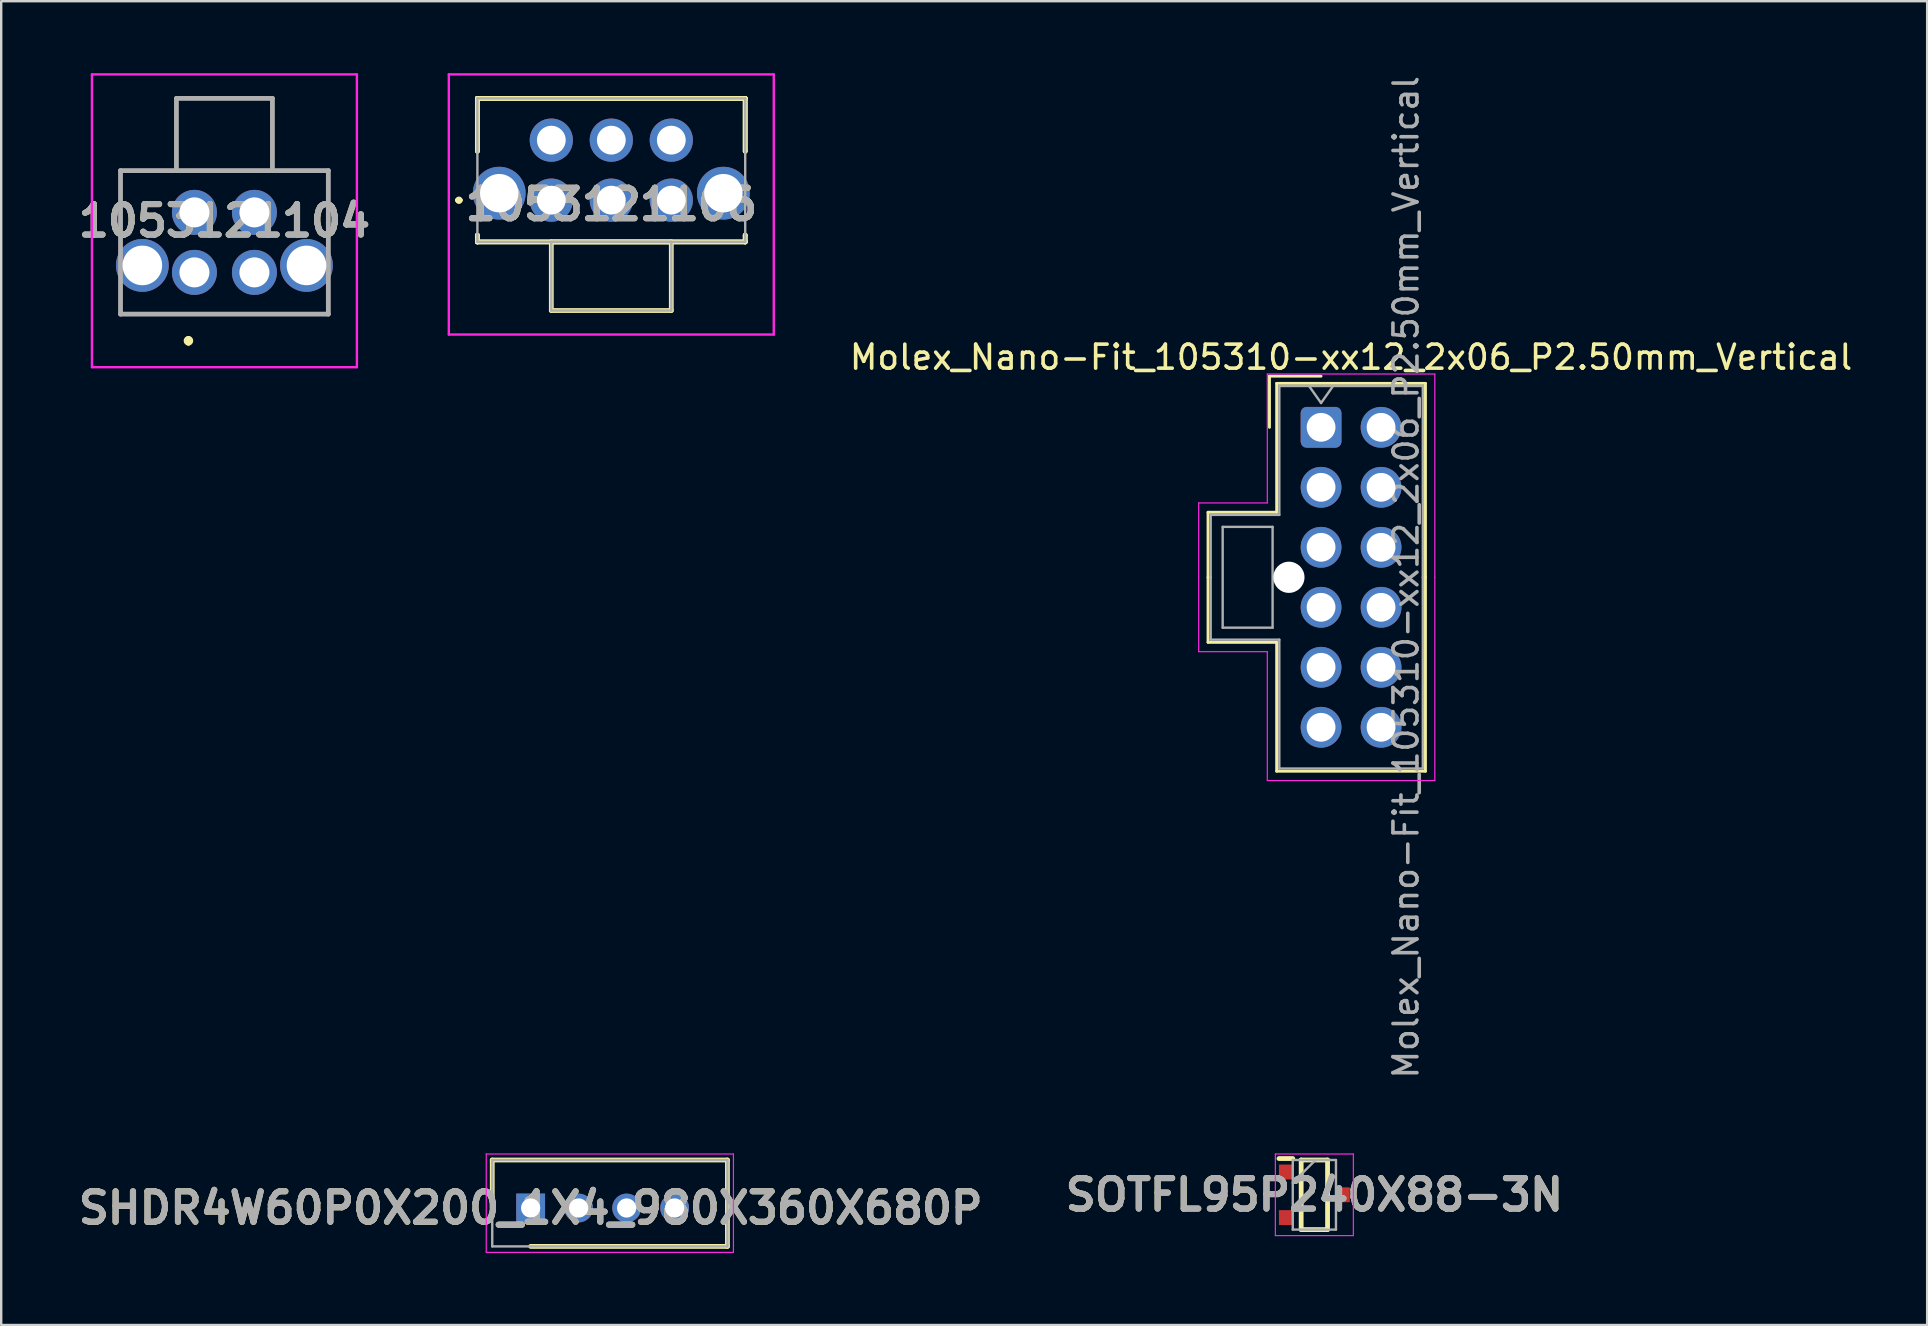
<source format=kicad_pcb>
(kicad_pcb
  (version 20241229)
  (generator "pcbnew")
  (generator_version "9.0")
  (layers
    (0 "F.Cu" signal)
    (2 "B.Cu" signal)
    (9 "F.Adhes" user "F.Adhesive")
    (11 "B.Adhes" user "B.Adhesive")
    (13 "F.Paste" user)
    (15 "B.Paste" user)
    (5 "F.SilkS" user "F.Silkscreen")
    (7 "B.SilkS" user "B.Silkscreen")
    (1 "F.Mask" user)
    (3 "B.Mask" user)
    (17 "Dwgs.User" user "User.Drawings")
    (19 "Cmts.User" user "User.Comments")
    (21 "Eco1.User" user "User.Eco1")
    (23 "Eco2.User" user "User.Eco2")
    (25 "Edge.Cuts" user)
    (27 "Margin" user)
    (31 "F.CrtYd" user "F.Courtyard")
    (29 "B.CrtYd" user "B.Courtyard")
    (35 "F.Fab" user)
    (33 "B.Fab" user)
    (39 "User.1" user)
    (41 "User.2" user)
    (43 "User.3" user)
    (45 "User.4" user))
  (footprint "SOTFL95P240X88-3N"
    (layer "F.Cu")
    (at 51.72 46.737)
    (property "Reference" "SOTFL95P240X88-3N" (at 0 0 0) (layer "F.SilkS") (effects (font (size 1.27 1.27) (thickness 0.254))))
    (attr smd)
    (fp_line (start -1.475 -1.51) (end -0.9 -1.51) (stroke (width 0.2) (type solid)) (layer "F.SilkS"))
    (fp_line (start -0.55 -1.45) (end 0.55 -1.45) (stroke (width 0.2) (type solid)) (layer "F.SilkS"))
    (fp_line (start -0.55 1.45) (end -0.55 -1.45) (stroke (width 0.2) (type solid)) (layer "F.SilkS"))
    (fp_line (start 0.55 -1.45) (end 0.55 1.45) (stroke (width 0.2) (type solid)) (layer "F.SilkS"))
    (fp_line (start 0.55 1.45) (end -0.55 1.45) (stroke (width 0.2) (type solid)) (layer "F.SilkS"))
    (fp_line (start -1.625 -1.7) (end 1.625 -1.7) (stroke (width 0.05) (type solid)) (layer "F.CrtYd"))
    (fp_line (start -1.625 1.7) (end -1.625 -1.7) (stroke (width 0.05) (type solid)) (layer "F.CrtYd"))
    (fp_line (start 1.625 -1.7) (end 1.625 1.7) (stroke (width 0.05) (type solid)) (layer "F.CrtYd"))
    (fp_line (start 1.625 1.7) (end -1.625 1.7) (stroke (width 0.05) (type solid)) (layer "F.CrtYd"))
    (fp_line (start -0.9 -1.45) (end 0.9 -1.45) (stroke (width 0.1) (type solid)) (layer "F.Fab"))
    (fp_line (start -0.9 -0.5) (end 0.05 -1.45) (stroke (width 0.1) (type solid)) (layer "F.Fab"))
    (fp_line (start -0.9 1.45) (end -0.9 -1.45) (stroke (width 0.1) (type solid)) (layer "F.Fab"))
    (fp_line (start 0.9 -1.45) (end 0.9 1.45) (stroke (width 0.1) (type solid)) (layer "F.Fab"))
    (fp_line (start 0.9 1.45) (end -0.9 1.45) (stroke (width 0.1) (type solid)) (layer "F.Fab"))
    (fp_text user "${REFERENCE}" (at 0 0 0) (layer "F.Fab") (effects (font (size 1.27 1.27) (thickness 0.254))))
    (pad "1" smd rect (at -1.188 -0.95) (size 0.575 0.62) (layers "F.Cu" "F.Mask" "F.Paste"))
    (pad "2" smd rect (at -1.188 0.95) (size 0.575 0.62) (layers "F.Cu" "F.Mask" "F.Paste"))
    (pad "3" smd rect (at 1.188 0) (size 0.575 0.62) (layers "F.Cu" "F.Mask" "F.Paste")))
  (footprint "Molex_Nano-Fit_105310-xx12_2x06_P2.50mm_Vertical"
    (layer "F.Cu")
    (at 51.999 14.756)
    (property "Reference" "Molex_Nano-Fit_105310-xx12_2x06_P2.50mm_Vertical" (at 1.25 -2.92 0) (layer "F.SilkS") (effects (font (size 1 1) (thickness 0.15))))
    (attr through_hole)
    (fp_line (start -4.71 3.54) (end -4.71 6.25) (stroke (width 0.12) (type solid)) (layer "F.SilkS"))
    (fp_line (start -4.71 8.96) (end -4.71 6.25) (stroke (width 0.12) (type solid)) (layer "F.SilkS"))
    (fp_line (start -2.15 -2.13) (end -2.15 0) (stroke (width 0.12) (type solid)) (layer "F.SilkS"))
    (fp_line (start -1.85 -1.83) (end -1.85 3.54) (stroke (width 0.12) (type solid)) (layer "F.SilkS"))
    (fp_line (start -1.85 3.54) (end -4.71 3.54) (stroke (width 0.12) (type solid)) (layer "F.SilkS"))
    (fp_line (start -1.85 8.96) (end -4.71 8.96) (stroke (width 0.12) (type solid)) (layer "F.SilkS"))
    (fp_line (start -1.85 14.33) (end -1.85 8.96) (stroke (width 0.12) (type solid)) (layer "F.SilkS"))
    (fp_line (start 0 -2.13) (end -2.15 -2.13) (stroke (width 0.12) (type solid)) (layer "F.SilkS"))
    (fp_line (start 4.35 -1.83) (end -1.85 -1.83) (stroke (width 0.12) (type solid)) (layer "F.SilkS"))
    (fp_line (start 4.35 6.25) (end 4.35 -1.83) (stroke (width 0.12) (type solid)) (layer "F.SilkS"))
    (fp_line (start 4.35 6.25) (end 4.35 14.33) (stroke (width 0.12) (type solid)) (layer "F.SilkS"))
    (fp_line (start 4.35 14.33) (end -1.85 14.33) (stroke (width 0.12) (type solid)) (layer "F.SilkS"))
    (fp_line (start -5.1 3.15) (end -5.1 6.25) (stroke (width 0.05) (type solid)) (layer "F.CrtYd"))
    (fp_line (start -5.1 9.35) (end -5.1 6.25) (stroke (width 0.05) (type solid)) (layer "F.CrtYd"))
    (fp_line (start -2.24 -2.22) (end -2.24 3.15) (stroke (width 0.05) (type solid)) (layer "F.CrtYd"))
    (fp_line (start -2.24 3.15) (end -5.1 3.15) (stroke (width 0.05) (type solid)) (layer "F.CrtYd"))
    (fp_line (start -2.24 9.35) (end -5.1 9.35) (stroke (width 0.05) (type solid)) (layer "F.CrtYd"))
    (fp_line (start -2.24 14.72) (end -2.24 9.35) (stroke (width 0.05) (type solid)) (layer "F.CrtYd"))
    (fp_line (start 4.74 -2.22) (end -2.24 -2.22) (stroke (width 0.05) (type solid)) (layer "F.CrtYd"))
    (fp_line (start 4.74 6.25) (end 4.74 -2.22) (stroke (width 0.05) (type solid)) (layer "F.CrtYd"))
    (fp_line (start 4.74 6.25) (end 4.74 14.72) (stroke (width 0.05) (type solid)) (layer "F.CrtYd"))
    (fp_line (start 4.74 14.72) (end -2.24 14.72) (stroke (width 0.05) (type solid)) (layer "F.CrtYd"))
    (fp_line (start -4.6 3.65) (end -4.6 6.25) (stroke (width 0.1) (type solid)) (layer "F.Fab"))
    (fp_line (start -4.6 8.85) (end -4.6 6.25) (stroke (width 0.1) (type solid)) (layer "F.Fab"))
    (fp_line (start -4.1 4.15) (end -4.1 8.35) (stroke (width 0.1) (type solid)) (layer "F.Fab"))
    (fp_line (start -4.1 8.35) (end -2.02 8.35) (stroke (width 0.1) (type solid)) (layer "F.Fab"))
    (fp_line (start -2.02 4.15) (end -4.1 4.15) (stroke (width 0.1) (type solid)) (layer "F.Fab"))
    (fp_line (start -2.02 8.35) (end -2.02 4.15) (stroke (width 0.1) (type solid)) (layer "F.Fab"))
    (fp_line (start -1.74 -1.72) (end -1.74 3.65) (stroke (width 0.1) (type solid)) (layer "F.Fab"))
    (fp_line (start -1.74 3.65) (end -4.6 3.65) (stroke (width 0.1) (type solid)) (layer "F.Fab"))
    (fp_line (start -1.74 8.85) (end -4.6 8.85) (stroke (width 0.1) (type solid)) (layer "F.Fab"))
    (fp_line (start -1.74 14.22) (end -1.74 8.85) (stroke (width 0.1) (type solid)) (layer "F.Fab"))
    (fp_line (start -0.5 -1.72) (end 0 -1.013) (stroke (width 0.1) (type solid)) (layer "F.Fab"))
    (fp_line (start 0 -1.013) (end 0.5 -1.72) (stroke (width 0.1) (type solid)) (layer "F.Fab"))
    (fp_line (start 4.24 -1.72) (end -1.74 -1.72) (stroke (width 0.1) (type solid)) (layer "F.Fab"))
    (fp_line (start 4.24 6.25) (end 4.24 -1.72) (stroke (width 0.1) (type solid)) (layer "F.Fab"))
    (fp_line (start 4.24 6.25) (end 4.24 14.22) (stroke (width 0.1) (type solid)) (layer "F.Fab"))
    (fp_line (start 4.24 14.22) (end -1.74 14.22) (stroke (width 0.1) (type solid)) (layer "F.Fab"))
    (fp_text user "${REFERENCE}" (at 3.54 6.25 90) (layer "F.Fab") (effects (font (size 1 1) (thickness 0.15))))
    (pad "" np_thru_hole circle (at -1.34 6.25) (size 1.3 1.3) (drill 1.3) (layers "*.Cu" "*.Mask"))
    (pad "1" thru_hole roundrect (at 0 0) (size 1.7 1.7) (drill 1.2) (layers "*.Cu" "*.Mask") (roundrect_rratio 0.147))
    (pad "2" thru_hole circle (at 0 2.5) (size 1.7 1.7) (drill 1.2) (layers "*.Cu" "*.Mask"))
    (pad "3" thru_hole circle (at 0 5) (size 1.7 1.7) (drill 1.2) (layers "*.Cu" "*.Mask"))
    (pad "4" thru_hole circle (at 0 7.5) (size 1.7 1.7) (drill 1.2) (layers "*.Cu" "*.Mask"))
    (pad "5" thru_hole circle (at 0 10) (size 1.7 1.7) (drill 1.2) (layers "*.Cu" "*.Mask"))
    (pad "6" thru_hole circle (at 0 12.5) (size 1.7 1.7) (drill 1.2) (layers "*.Cu" "*.Mask"))
    (pad "7" thru_hole circle (at 2.5 0) (size 1.7 1.7) (drill 1.2) (layers "*.Cu" "*.Mask"))
    (pad "8" thru_hole circle (at 2.5 2.5) (size 1.7 1.7) (drill 1.2) (layers "*.Cu" "*.Mask"))
    (pad "9" thru_hole circle (at 2.5 5) (size 1.7 1.7) (drill 1.2) (layers "*.Cu" "*.Mask"))
    (pad "10" thru_hole circle (at 2.5 7.5) (size 1.7 1.7) (drill 1.2) (layers "*.Cu" "*.Mask"))
    (pad "11" thru_hole circle (at 2.5 10) (size 1.7 1.7) (drill 1.2) (layers "*.Cu" "*.Mask"))
    (pad "12" thru_hole circle (at 2.5 12.5) (size 1.7 1.7) (drill 1.2) (layers "*.Cu" "*.Mask")))
  (footprint "1053121106"
    (layer "F.Cu")
    (at 19.923 5.29)
    (property "Reference" "1053121106" (at 2.5 0.18 0) (layer "F.SilkS") (effects (font (size 1.27 1.27) (thickness 0.254))))
    (attr through_hole)
    (fp_line (start -3.9 0) (end -3.9 0) (stroke (width 0.2) (type solid)) (layer "F.SilkS"))
    (fp_line (start -3.9 0) (end -3.9 0) (stroke (width 0.2) (type solid)) (layer "F.SilkS"))
    (fp_line (start -3.8 0) (end -3.8 0) (stroke (width 0.2) (type solid)) (layer "F.SilkS"))
    (fp_line (start -3.08 -4.24) (end -3.08 -4.24) (stroke (width 0.2) (type solid)) (layer "F.SilkS"))
    (fp_line (start -3.08 -4.24) (end -3.08 -4.24) (stroke (width 0.2) (type solid)) (layer "F.SilkS"))
    (fp_line (start -3.08 -4.24) (end -3.08 -2.04) (stroke (width 0.2) (type solid)) (layer "F.SilkS"))
    (fp_line (start -3.08 -4.24) (end 8.08 -4.24) (stroke (width 0.2) (type solid)) (layer "F.SilkS"))
    (fp_line (start -3.08 -2.04) (end -3.08 -4.24) (stroke (width 0.2) (type solid)) (layer "F.SilkS"))
    (fp_line (start -3.08 -2.04) (end -3.08 -2.04) (stroke (width 0.2) (type solid)) (layer "F.SilkS"))
    (fp_line (start -3.08 1.46) (end -3.08 1.46) (stroke (width 0.2) (type solid)) (layer "F.SilkS"))
    (fp_line (start -3.08 1.46) (end -3.08 1.74) (stroke (width 0.2) (type solid)) (layer "F.SilkS"))
    (fp_line (start -3.08 1.74) (end -3.08 1.46) (stroke (width 0.2) (type solid)) (layer "F.SilkS"))
    (fp_line (start -3.08 1.74) (end -3.08 1.74) (stroke (width 0.2) (type solid)) (layer "F.SilkS"))
    (fp_line (start -3.08 1.74) (end -3.08 1.74) (stroke (width 0.2) (type solid)) (layer "F.SilkS"))
    (fp_line (start -3.08 1.74) (end 8.08 1.74) (stroke (width 0.2) (type solid)) (layer "F.SilkS"))
    (fp_line (start 0 1.74) (end 5 1.74) (stroke (width 0.2) (type solid)) (layer "F.SilkS"))
    (fp_line (start 0 4.6) (end 0 1.74) (stroke (width 0.2) (type solid)) (layer "F.SilkS"))
    (fp_line (start 5 1.74) (end 5 4.6) (stroke (width 0.2) (type solid)) (layer "F.SilkS"))
    (fp_line (start 5 4.6) (end 0 4.6) (stroke (width 0.2) (type solid)) (layer "F.SilkS"))
    (fp_line (start 8.08 -4.24) (end -3.08 -4.24) (stroke (width 0.2) (type solid)) (layer "F.SilkS"))
    (fp_line (start 8.08 -4.24) (end 8.08 -4.24) (stroke (width 0.2) (type solid)) (layer "F.SilkS"))
    (fp_line (start 8.08 -4.24) (end 8.08 -4.24) (stroke (width 0.2) (type solid)) (layer "F.SilkS"))
    (fp_line (start 8.08 -4.24) (end 8.08 -2.04) (stroke (width 0.2) (type solid)) (layer "F.SilkS"))
    (fp_line (start 8.08 -2.04) (end 8.08 -4.24) (stroke (width 0.2) (type solid)) (layer "F.SilkS"))
    (fp_line (start 8.08 -2.04) (end 8.08 -2.04) (stroke (width 0.2) (type solid)) (layer "F.SilkS"))
    (fp_line (start 8.08 1.46) (end 8.08 1.46) (stroke (width 0.2) (type solid)) (layer "F.SilkS"))
    (fp_line (start 8.08 1.46) (end 8.08 1.74) (stroke (width 0.2) (type solid)) (layer "F.SilkS"))
    (fp_line (start 8.08 1.74) (end -3.08 1.74) (stroke (width 0.2) (type solid)) (layer "F.SilkS"))
    (fp_line (start 8.08 1.74) (end 8.08 1.46) (stroke (width 0.2) (type solid)) (layer "F.SilkS"))
    (fp_line (start 8.08 1.74) (end 8.08 1.74) (stroke (width 0.2) (type solid)) (layer "F.SilkS"))
    (fp_line (start 8.08 1.74) (end 8.08 1.74) (stroke (width 0.2) (type solid)) (layer "F.SilkS"))
    (fp_arc (start -3.9 0) (mid -3.85 -0.05) (end -3.8 0) (stroke (width 0.2) (type solid)) (layer "F.SilkS"))
    (fp_arc (start -3.8 0) (mid -3.85 0.05) (end -3.9 0) (stroke (width 0.2) (type solid)) (layer "F.SilkS"))
    (fp_arc (start -3.8 0) (mid -3.85 0.05) (end -3.9 0) (stroke (width 0.2) (type solid)) (layer "F.SilkS"))
    (fp_line (start -4.27 -5.24) (end 9.27 -5.24) (stroke (width 0.1) (type solid)) (layer "F.CrtYd"))
    (fp_line (start -4.27 5.6) (end -4.27 -5.24) (stroke (width 0.1) (type solid)) (layer "F.CrtYd"))
    (fp_line (start 9.27 -5.24) (end 9.27 5.6) (stroke (width 0.1) (type solid)) (layer "F.CrtYd"))
    (fp_line (start 9.27 5.6) (end -4.27 5.6) (stroke (width 0.1) (type solid)) (layer "F.CrtYd"))
    (fp_line (start -3.08 -4.24) (end -3.08 1.74) (stroke (width 0.1) (type solid)) (layer "F.Fab"))
    (fp_line (start -3.08 1.74) (end 8.08 1.74) (stroke (width 0.1) (type solid)) (layer "F.Fab"))
    (fp_line (start 0 1.74) (end 5 1.74) (stroke (width 0.1) (type solid)) (layer "F.Fab"))
    (fp_line (start 0 4.6) (end 0 1.74) (stroke (width 0.1) (type solid)) (layer "F.Fab"))
    (fp_line (start 5 1.74) (end 5 4.6) (stroke (width 0.1) (type solid)) (layer "F.Fab"))
    (fp_line (start 5 4.6) (end 0 4.6) (stroke (width 0.1) (type solid)) (layer "F.Fab"))
    (fp_line (start 8.08 -4.24) (end -3.08 -4.24) (stroke (width 0.1) (type solid)) (layer "F.Fab"))
    (fp_line (start 8.08 1.74) (end 8.08 -4.24) (stroke (width 0.1) (type solid)) (layer "F.Fab"))
    (fp_text user "${REFERENCE}" (at 2.5 0.18 0) (layer "F.Fab") (effects (font (size 1.27 1.27) (thickness 0.254))))
    (pad "1" thru_hole circle (at 0 0) (size 1.8 1.8) (drill 1.2) (layers "*.Cu" "*.Mask"))
    (pad "2" thru_hole circle (at 2.5 0) (size 1.8 1.8) (drill 1.2) (layers "*.Cu" "*.Mask"))
    (pad "3" thru_hole circle (at 5 0) (size 1.8 1.8) (drill 1.2) (layers "*.Cu" "*.Mask"))
    (pad "4" thru_hole circle (at 0 -2.5) (size 1.8 1.8) (drill 1.2) (layers "*.Cu" "*.Mask"))
    (pad "5" thru_hole circle (at 2.5 -2.5) (size 1.8 1.8) (drill 1.2) (layers "*.Cu" "*.Mask"))
    (pad "6" thru_hole circle (at 5 -2.5) (size 1.8 1.8) (drill 1.2) (layers "*.Cu" "*.Mask"))
    (pad "MH1" thru_hole circle (at -2.17 -0.29) (size 2.2 2.2) (drill 1.6) (layers "*.Cu" "*.Mask"))
    (pad "MH2" thru_hole circle (at 7.17 -0.29) (size 2.2 2.2) (drill 1.6) (layers "*.Cu" "*.Mask")))
  (footprint "SHDR4W60P0X200_1X4_980X360X680P"
    (layer "F.Cu")
    (at 19.062 47.287)
    (property "Reference" "SHDR4W60P0X200_1X4_980X360X680P" (at 0 0 0) (layer "F.SilkS") (effects (font (size 1.27 1.27) (thickness 0.254))))
    (attr through_hole)
    (fp_line (start -1.6 -2) (end -1.6 0) (stroke (width 0.2) (type solid)) (layer "F.SilkS"))
    (fp_line (start 0 1.6) (end 8.2 1.6) (stroke (width 0.2) (type solid)) (layer "F.SilkS"))
    (fp_line (start 8.2 -2) (end -1.6 -2) (stroke (width 0.2) (type solid)) (layer "F.SilkS"))
    (fp_line (start 8.2 1.6) (end 8.2 -2) (stroke (width 0.2) (type solid)) (layer "F.SilkS"))
    (fp_line (start -1.85 -2.25) (end 8.45 -2.25) (stroke (width 0.05) (type solid)) (layer "F.CrtYd"))
    (fp_line (start -1.85 1.85) (end -1.85 -2.25) (stroke (width 0.05) (type solid)) (layer "F.CrtYd"))
    (fp_line (start 8.45 -2.25) (end 8.45 1.85) (stroke (width 0.05) (type solid)) (layer "F.CrtYd"))
    (fp_line (start 8.45 1.85) (end -1.85 1.85) (stroke (width 0.05) (type solid)) (layer "F.CrtYd"))
    (fp_line (start -1.6 -2) (end 8.2 -2) (stroke (width 0.1) (type solid)) (layer "F.Fab"))
    (fp_line (start -1.6 1.6) (end -1.6 -2) (stroke (width 0.1) (type solid)) (layer "F.Fab"))
    (fp_line (start 8.2 -2) (end 8.2 1.6) (stroke (width 0.1) (type solid)) (layer "F.Fab"))
    (fp_line (start 8.2 1.6) (end -1.6 1.6) (stroke (width 0.1) (type solid)) (layer "F.Fab"))
    (fp_text user "${REFERENCE}" (at 0 0 0) (layer "F.Fab") (effects (font (size 1.27 1.27) (thickness 0.254))))
    (pad "1" thru_hole rect (at 0 0) (size 1.2 1.2) (drill 0.8) (layers "*.Cu" "*.Mask"))
    (pad "2" thru_hole circle (at 2 0) (size 1.2 1.2) (drill 0.8) (layers "*.Cu" "*.Mask"))
    (pad "3" thru_hole circle (at 4 0) (size 1.2 1.2) (drill 0.8) (layers "*.Cu" "*.Mask"))
    (pad "4" thru_hole circle (at 6 0) (size 1.2 1.2) (drill 0.8) (layers "*.Cu" "*.Mask")))
  (footprint "1053121104"
    (layer "F.Cu")
    (at 5.052 8.3)
    (property "Reference" "1053121104" (at 1.25 -2.15 0) (layer "F.SilkS") (effects (font (size 1.27 1.27) (thickness 0.254))))
    (attr through_hole)
    (fp_line (start -3.08 -4.24) (end 5.58 -4.24) (stroke (width 0.1) (type solid)) (layer "F.SilkS"))
    (fp_line (start -0.25 2.75) (end -0.25 2.75) (stroke (width 0.2) (type solid)) (layer "F.SilkS"))
    (fp_line (start -0.25 2.95) (end -0.25 2.95) (stroke (width 0.2) (type solid)) (layer "F.SilkS"))
    (fp_line (start 5.58 1.74) (end -3.08 1.75) (stroke (width 0.1) (type solid)) (layer "F.SilkS"))
    (fp_arc (start -0.25 2.75) (mid -0.15 2.85) (end -0.25 2.95) (stroke (width 0.2) (type solid)) (layer "F.SilkS"))
    (fp_arc (start -0.25 2.95) (mid -0.35 2.85) (end -0.25 2.75) (stroke (width 0.2) (type solid)) (layer "F.SilkS"))
    (fp_line (start -4.27 -8.25) (end 6.77 -8.25) (stroke (width 0.1) (type solid)) (layer "F.CrtYd"))
    (fp_line (start -4.27 3.95) (end -4.27 -8.25) (stroke (width 0.1) (type solid)) (layer "F.CrtYd"))
    (fp_line (start 6.77 -8.25) (end 6.77 3.95) (stroke (width 0.1) (type solid)) (layer "F.CrtYd"))
    (fp_line (start 6.77 3.95) (end -4.27 3.95) (stroke (width 0.1) (type solid)) (layer "F.CrtYd"))
    (fp_line (start -3.08 -4.24) (end 5.58 -4.24) (stroke (width 0.2) (type solid)) (layer "F.Fab"))
    (fp_line (start -3.08 1.74) (end -3.08 -4.24) (stroke (width 0.2) (type solid)) (layer "F.Fab"))
    (fp_line (start -0.75 -7.25) (end 3.25 -7.25) (stroke (width 0.2) (type solid)) (layer "F.Fab"))
    (fp_line (start -0.75 -4.24) (end -0.75 -7.25) (stroke (width 0.2) (type solid)) (layer "F.Fab"))
    (fp_line (start 3.25 -7.25) (end 3.25 -4.24) (stroke (width 0.2) (type solid)) (layer "F.Fab"))
    (fp_line (start 5.58 -4.24) (end 5.58 1.74) (stroke (width 0.2) (type solid)) (layer "F.Fab"))
    (fp_line (start 5.58 1.74) (end -3.08 1.74) (stroke (width 0.2) (type solid)) (layer "F.Fab"))
    (fp_text user "${REFERENCE}" (at 1.25 -2.15 0) (layer "F.Fab") (effects (font (size 1.27 1.27) (thickness 0.254))))
    (pad "1" thru_hole circle (at 0 0) (size 1.875 1.875) (drill 1.25) (layers "*.Cu" "*.Mask"))
    (pad "2" thru_hole circle (at 2.5 0) (size 1.875 1.875) (drill 1.25) (layers "*.Cu" "*.Mask"))
    (pad "3" thru_hole circle (at 0 -2.5) (size 1.875 1.875) (drill 1.25) (layers "*.Cu" "*.Mask"))
    (pad "4" thru_hole circle (at 2.5 -2.5) (size 1.875 1.875) (drill 1.25) (layers "*.Cu" "*.Mask"))
    (pad "MH1" thru_hole circle (at -2.17 -0.29) (size 2.2 2.2) (drill 1.65) (layers "*.Cu" "*.Mask"))
    (pad "MH2" thru_hole circle (at 4.67 -0.29) (size 2.2 2.2) (drill 1.65) (layers "*.Cu" "*.Mask")))
  (gr_rect
    (start -3 -3)
    (end 77.255 52.162)
    (stroke (width 0.1) (type default))
    (fill no)
    (layer "Edge.Cuts")))
</source>
